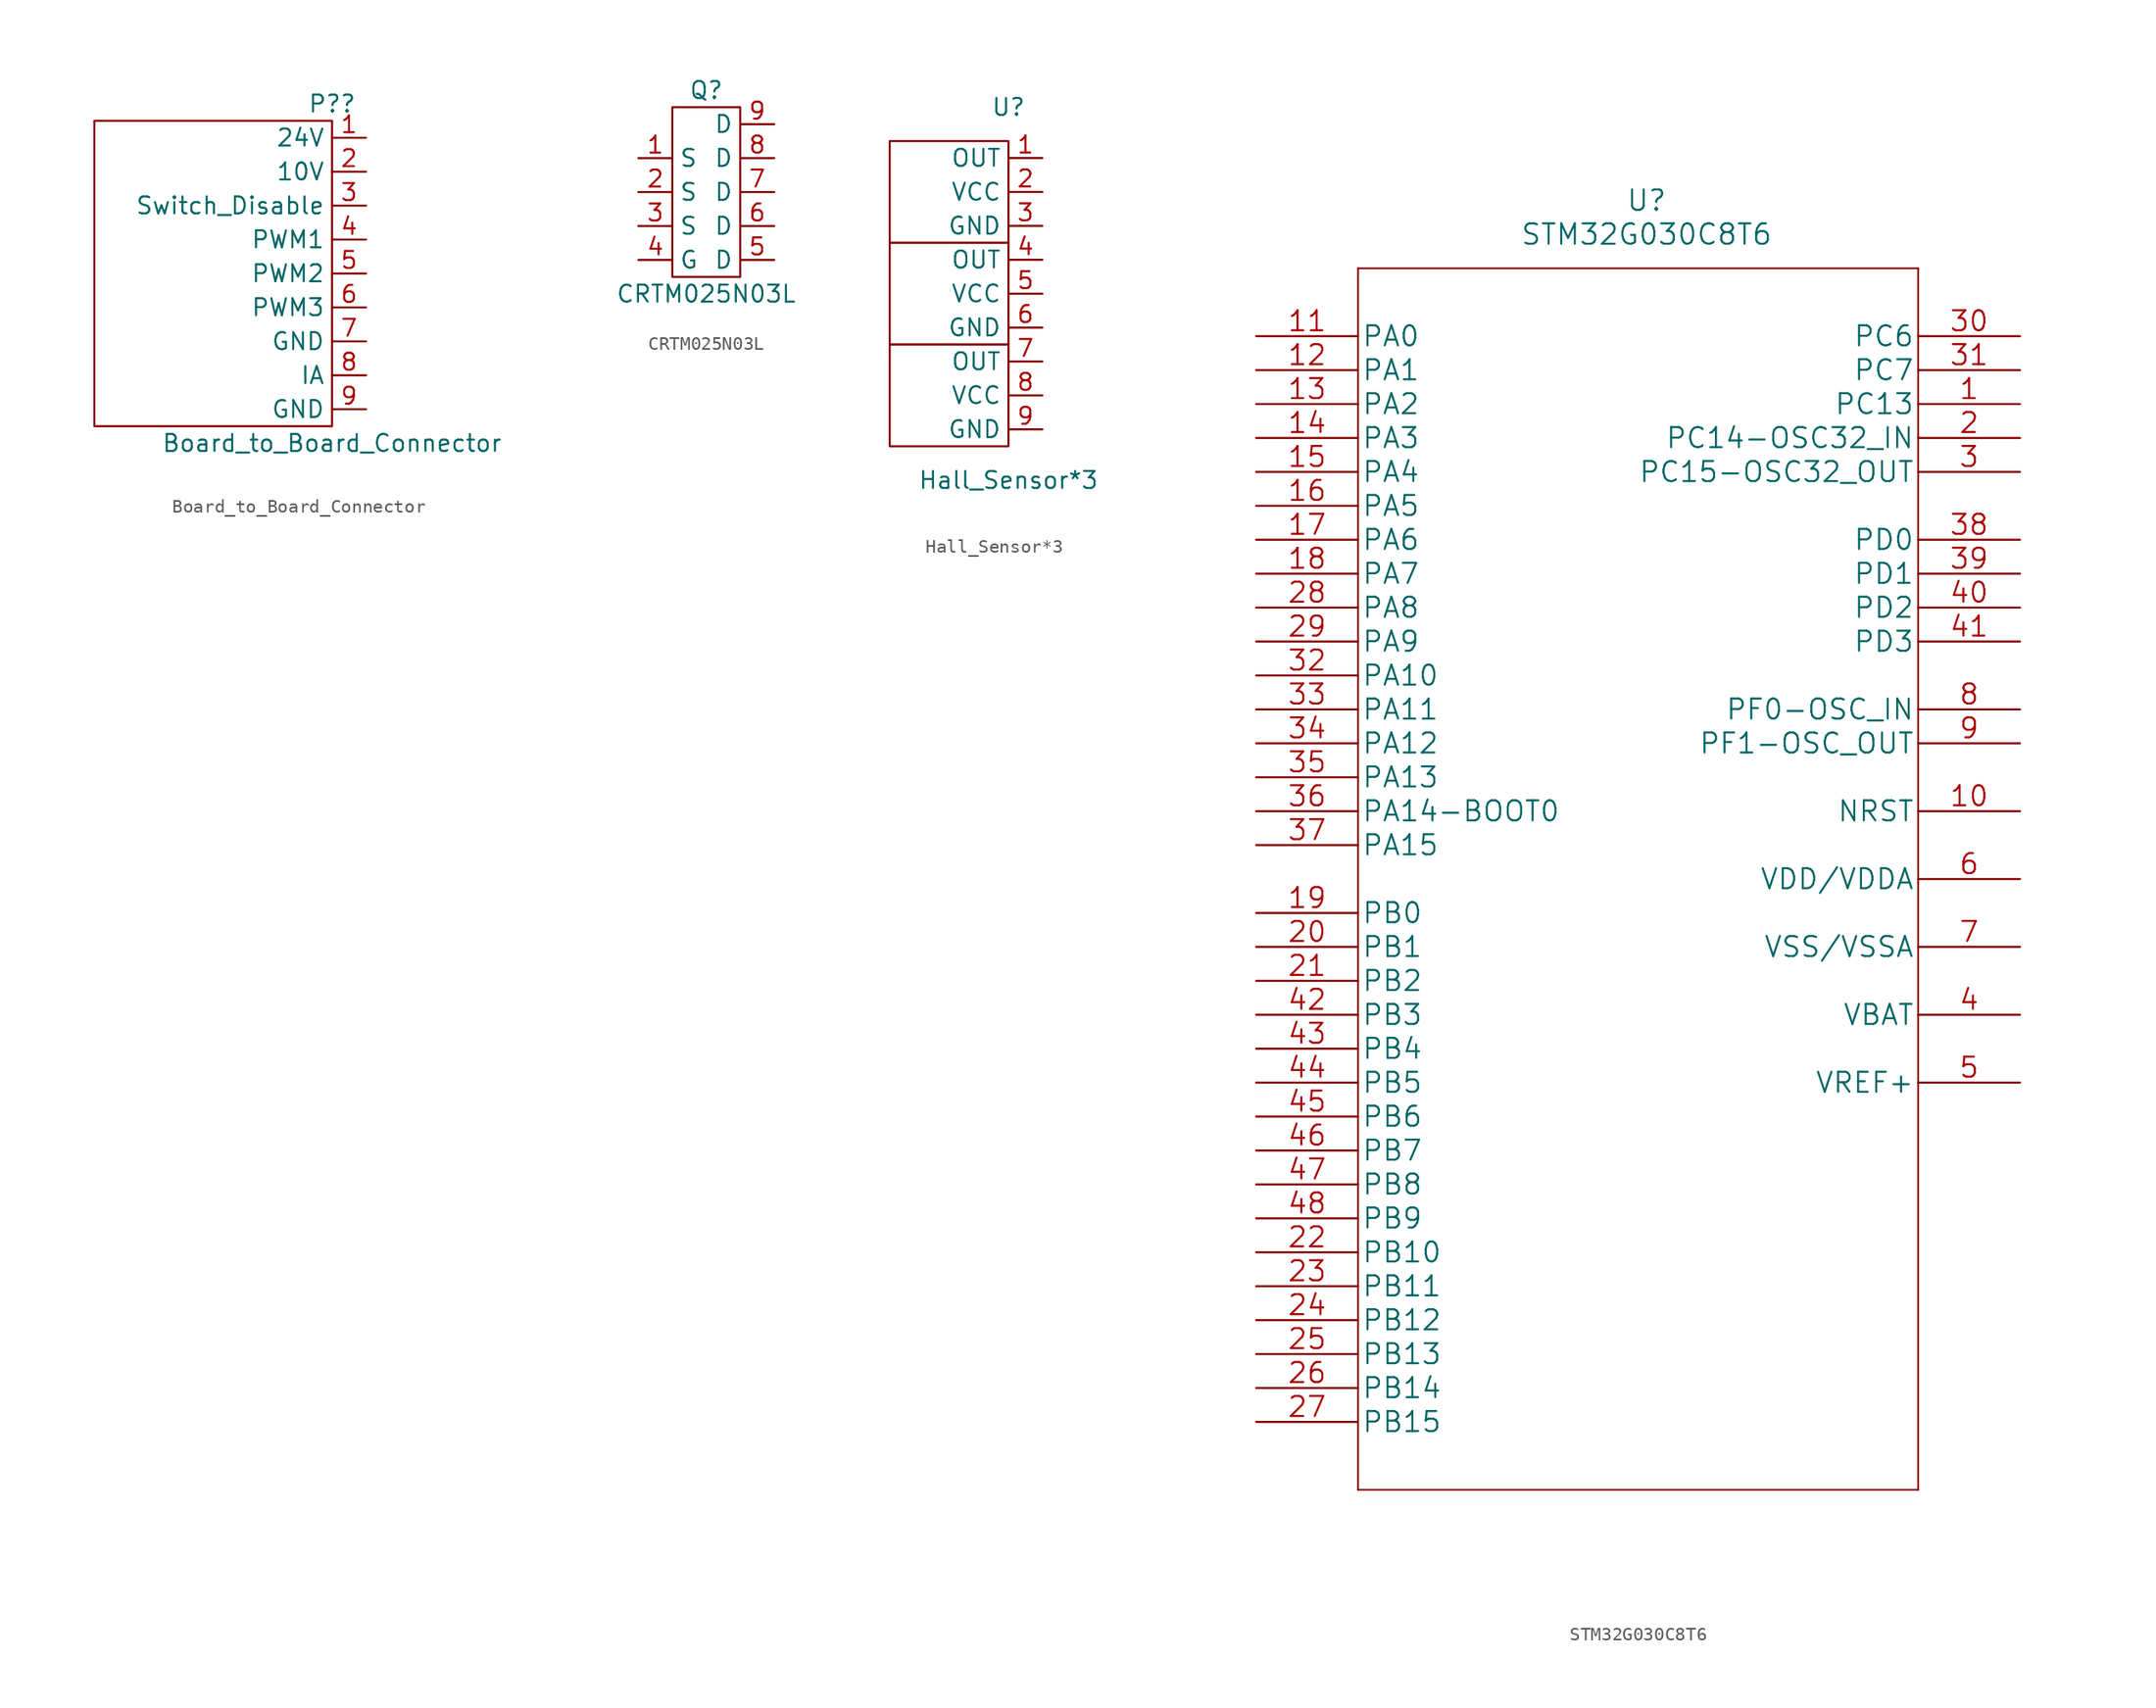
<source format=kicad_sym>
(kicad_symbol_lib
  (version 20211014)
  (generator kicad_symbol_editor)
  (symbol "Board_to_Board_Connector"
    (property "Reference" "P?"
      (at 0 8.89 0)
      (effects (font (size 1.27 1.27))))
    (property "Value" "Board_to_Board_Connector"
      (at 0 -16.51 0)
      (effects (font (size 1.27 1.27))))
    (symbol "Board_to_Board_Connector_0_1"
      (rectangle (start -17.78 7.62) (end 0 -15.24) (stroke (width 0) (type default) (color 0 0 0 0)) (fill (type none))))
    (symbol "Board_to_Board_Connector_1_1"
      (pin passive line (at 2.54 6.35 180) (length 2.54) (name "24V" (effects (font (size 1.27 1.27)))) (number "1" (effects (font (size 1.27 1.27)))))
      (pin passive line (at 2.54 3.81 180) (length 2.54) (name "10V" (effects (font (size 1.27 1.27)))) (number "2" (effects (font (size 1.27 1.27)))))
      (pin passive line (at 2.54 1.27 180) (length 2.54) (name "Switch_Disable" (effects (font (size 1.27 1.27)))) (number "3" (effects (font (size 1.27 1.27)))))
      (pin passive line (at 2.54 -1.27 180) (length 2.54) (name "PWM1" (effects (font (size 1.27 1.27)))) (number "4" (effects (font (size 1.27 1.27)))))
      (pin passive line (at 2.54 -3.81 180) (length 2.54) (name "PWM2" (effects (font (size 1.27 1.27)))) (number "5" (effects (font (size 1.27 1.27)))))
      (pin passive line (at 2.54 -6.35 180) (length 2.54) (name "PWM3" (effects (font (size 1.27 1.27)))) (number "6" (effects (font (size 1.27 1.27)))))
      (pin passive line (at 2.54 -8.89 180) (length 2.54) (name "GND" (effects (font (size 1.27 1.27)))) (number "7" (effects (font (size 1.27 1.27)))))
      (pin passive line (at 2.54 -11.43 180) (length 2.54) (name "IA" (effects (font (size 1.27 1.27)))) (number "8" (effects (font (size 1.27 1.27)))))
      (pin passive line (at 2.54 -13.97 180) (length 2.54) (name "GND" (effects (font (size 1.27 1.27)))) (number "9" (effects (font (size 1.27 1.27)))))))
  (symbol "CRTM025N03L"
    (property "Reference" "Q"
      (at 0 7.62 0)
      (effects (font (size 1.27 1.27))))
    (property "Value" "CRTM025N03L"
      (at 0 -7.62 0)
      (effects (font (size 1.27 1.27))))
    (symbol "CRTM025N03L_0_1"
      (rectangle (start -2.54 6.35) (end 2.54 -6.35) (stroke (width 0) (type default) (color 0 0 0 0)) (fill (type none))))
    (symbol "CRTM025N03L_1_1"
      (pin passive line (at -5.08 2.54 0) (length 2.54) (name "S" (effects (font (size 1.27 1.27)))) (number "1" (effects (font (size 1.27 1.27)))))
      (pin passive line (at -5.08 0 0) (length 2.54) (name "S" (effects (font (size 1.27 1.27)))) (number "2" (effects (font (size 1.27 1.27)))))
      (pin passive line (at -5.08 -2.54 0) (length 2.54) (name "S" (effects (font (size 1.27 1.27)))) (number "3" (effects (font (size 1.27 1.27)))))
      (pin passive line (at -5.08 -5.08 0) (length 2.54) (name "G" (effects (font (size 1.27 1.27)))) (number "4" (effects (font (size 1.27 1.27)))))
      (pin passive line (at 5.08 -5.08 180) (length 2.54) (name "D" (effects (font (size 1.27 1.27)))) (number "5" (effects (font (size 1.27 1.27)))))
      (pin passive line (at 5.08 -2.54 180) (length 2.54) (name "D" (effects (font (size 1.27 1.27)))) (number "6" (effects (font (size 1.27 1.27)))))
      (pin passive line (at 5.08 0 180) (length 2.54) (name "D" (effects (font (size 1.27 1.27)))) (number "7" (effects (font (size 1.27 1.27)))))
      (pin passive line (at 5.08 2.54 180) (length 2.54) (name "D" (effects (font (size 1.27 1.27)))) (number "8" (effects (font (size 1.27 1.27)))))
      (pin passive line (at 5.08 5.08 180) (length 2.54) (name "D" (effects (font (size 1.27 1.27)))) (number "9" (effects (font (size 1.27 1.27)))))))
  (symbol "Hall_Sensor*3"
    (property "Reference" "U"
      (at 0 15.24 0)
      (effects (font (size 1.27 1.27))))
    (property "Value" "Hall_Sensor*3"
      (at 0 -12.7 0)
      (effects (font (size 1.27 1.27))))
    (symbol "Hall_Sensor*3_0_1"
      (rectangle (start -8.89 -2.54) (end 0 -10.16) (stroke (width 0) (type default) (color 0 0 0 0)) (fill (type none)))
      (rectangle (start -8.89 5.08) (end 0 -2.54) (stroke (width 0) (type default) (color 0 0 0 0)) (fill (type none)))
      (rectangle (start -8.89 12.7) (end 0 5.08) (stroke (width 0) (type default) (color 0 0 0 0)) (fill (type none))))
    (symbol "Hall_Sensor*3_1_1"
      (pin passive line (at 2.54 11.43 180) (length 2.54) (name "OUT" (effects (font (size 1.27 1.27)))) (number "1" (effects (font (size 1.27 1.27)))))
      (pin passive line (at 2.54 8.89 180) (length 2.54) (name "VCC" (effects (font (size 1.27 1.27)))) (number "2" (effects (font (size 1.27 1.27)))))
      (pin passive line (at 2.54 6.35 180) (length 2.54) (name "GND" (effects (font (size 1.27 1.27)))) (number "3" (effects (font (size 1.27 1.27)))))
      (pin passive line (at 2.54 3.81 180) (length 2.54) (name "OUT" (effects (font (size 1.27 1.27)))) (number "4" (effects (font (size 1.27 1.27)))))
      (pin passive line (at 2.54 1.27 180) (length 2.54) (name "VCC" (effects (font (size 1.27 1.27)))) (number "5" (effects (font (size 1.27 1.27)))))
      (pin passive line (at 2.54 -1.27 180) (length 2.54) (name "GND" (effects (font (size 1.27 1.27)))) (number "6" (effects (font (size 1.27 1.27)))))
      (pin passive line (at 2.54 -3.81 180) (length 2.54) (name "OUT" (effects (font (size 1.27 1.27)))) (number "7" (effects (font (size 1.27 1.27)))))
      (pin passive line (at 2.54 -6.35 180) (length 2.54) (name "VCC" (effects (font (size 1.27 1.27)))) (number "8" (effects (font (size 1.27 1.27)))))
      (pin passive line (at 2.54 -8.89 180) (length 2.54) (name "GND" (effects (font (size 1.27 1.27)))) (number "9" (effects (font (size 1.27 1.27)))))))
  (symbol "STM32G030C8T6"
    (pin_names
      (offset 0.254))
    (property "Reference" "U"
      (at 29.21 10.16 0)
      (effects (font (size 1.524 1.524))))
    (property "Value" "STM32G030C8T6"
      (at 29.21 7.62 0)
      (effects (font (size 1.524 1.524))))
    (property "Datasheet" ""
      (at 0 0 0)
      (effects (font (size 1.524 1.524))))
    (property "ki_locked" ""
      (at 0 0 0)
      (effects (font (size 1.27 1.27))))
    (symbol "STM32G030C8T6_1_1"
      (polyline (pts (xy 7.62 -86.36) (xy 49.53 -86.36)) (stroke (width 0.127) (type default) (color 0 0 0 0)) (fill (type none)))
      (polyline (pts (xy 7.62 5.08) (xy 7.62 -86.36)) (stroke (width 0.127) (type default) (color 0 0 0 0)) (fill (type none)))
      (polyline (pts (xy 49.53 -86.36) (xy 49.53 5.08)) (stroke (width 0.127) (type default) (color 0 0 0 0)) (fill (type none)))
      (polyline (pts (xy 49.53 5.08) (xy 7.62 5.08)) (stroke (width 0.127) (type default) (color 0 0 0 0)) (fill (type none)))
      (pin bidirectional line (at 57.15 -5.08 180) (length 7.62) (name "PC13" (effects (font (size 1.499 1.499)))) (number "1" (effects (font (size 1.499 1.499)))))
      (pin bidirectional line (at 57.15 -35.56 180) (length 7.62) (name "NRST" (effects (font (size 1.499 1.499)))) (number "10" (effects (font (size 1.499 1.499)))))
      (pin bidirectional line (at 0 0 0) (length 7.62) (name "PA0" (effects (font (size 1.499 1.499)))) (number "11" (effects (font (size 1.499 1.499)))))
      (pin bidirectional line (at 0 -2.54 0) (length 7.62) (name "PA1" (effects (font (size 1.499 1.499)))) (number "12" (effects (font (size 1.499 1.499)))))
      (pin bidirectional line (at 0 -5.08 0) (length 7.62) (name "PA2" (effects (font (size 1.499 1.499)))) (number "13" (effects (font (size 1.499 1.499)))))
      (pin bidirectional line (at 0 -7.62 0) (length 7.62) (name "PA3" (effects (font (size 1.499 1.499)))) (number "14" (effects (font (size 1.499 1.499)))))
      (pin bidirectional line (at 0 -10.16 0) (length 7.62) (name "PA4" (effects (font (size 1.499 1.499)))) (number "15" (effects (font (size 1.499 1.499)))))
      (pin bidirectional line (at 0 -12.7 0) (length 7.62) (name "PA5" (effects (font (size 1.499 1.499)))) (number "16" (effects (font (size 1.499 1.499)))))
      (pin bidirectional line (at 0 -15.24 0) (length 7.62) (name "PA6" (effects (font (size 1.499 1.499)))) (number "17" (effects (font (size 1.499 1.499)))))
      (pin bidirectional line (at 0 -17.78 0) (length 7.62) (name "PA7" (effects (font (size 1.499 1.499)))) (number "18" (effects (font (size 1.499 1.499)))))
      (pin bidirectional line (at 0 -43.18 0) (length 7.62) (name "PB0" (effects (font (size 1.499 1.499)))) (number "19" (effects (font (size 1.499 1.499)))))
      (pin bidirectional line (at 57.15 -7.62 180) (length 7.62) (name "PC14-OSC32_IN" (effects (font (size 1.499 1.499)))) (number "2" (effects (font (size 1.499 1.499)))))
      (pin bidirectional line (at 0 -45.72 0) (length 7.62) (name "PB1" (effects (font (size 1.499 1.499)))) (number "20" (effects (font (size 1.499 1.499)))))
      (pin bidirectional line (at 0 -48.26 0) (length 7.62) (name "PB2" (effects (font (size 1.499 1.499)))) (number "21" (effects (font (size 1.499 1.499)))))
      (pin bidirectional line (at 0 -68.58 0) (length 7.62) (name "PB10" (effects (font (size 1.499 1.499)))) (number "22" (effects (font (size 1.499 1.499)))))
      (pin bidirectional line (at 0 -71.12 0) (length 7.62) (name "PB11" (effects (font (size 1.499 1.499)))) (number "23" (effects (font (size 1.499 1.499)))))
      (pin bidirectional line (at 0 -73.66 0) (length 7.62) (name "PB12" (effects (font (size 1.499 1.499)))) (number "24" (effects (font (size 1.499 1.499)))))
      (pin bidirectional line (at 0 -76.2 0) (length 7.62) (name "PB13" (effects (font (size 1.499 1.499)))) (number "25" (effects (font (size 1.499 1.499)))))
      (pin bidirectional line (at 0 -78.74 0) (length 7.62) (name "PB14" (effects (font (size 1.499 1.499)))) (number "26" (effects (font (size 1.499 1.499)))))
      (pin bidirectional line (at 0 -81.28 0) (length 7.62) (name "PB15" (effects (font (size 1.499 1.499)))) (number "27" (effects (font (size 1.499 1.499)))))
      (pin bidirectional line (at 0 -20.32 0) (length 7.62) (name "PA8" (effects (font (size 1.499 1.499)))) (number "28" (effects (font (size 1.499 1.499)))))
      (pin bidirectional line (at 0 -22.86 0) (length 7.62) (name "PA9" (effects (font (size 1.499 1.499)))) (number "29" (effects (font (size 1.499 1.499)))))
      (pin bidirectional line (at 57.15 -10.16 180) (length 7.62) (name "PC15-OSC32_OUT" (effects (font (size 1.499 1.499)))) (number "3" (effects (font (size 1.499 1.499)))))
      (pin bidirectional line (at 57.15 0 180) (length 7.62) (name "PC6" (effects (font (size 1.499 1.499)))) (number "30" (effects (font (size 1.499 1.499)))))
      (pin bidirectional line (at 57.15 -2.54 180) (length 7.62) (name "PC7" (effects (font (size 1.499 1.499)))) (number "31" (effects (font (size 1.499 1.499)))))
      (pin bidirectional line (at 0 -25.4 0) (length 7.62) (name "PA10" (effects (font (size 1.499 1.499)))) (number "32" (effects (font (size 1.499 1.499)))))
      (pin bidirectional line (at 0 -27.94 0) (length 7.62) (name "PA11" (effects (font (size 1.499 1.499)))) (number "33" (effects (font (size 1.499 1.499)))))
      (pin bidirectional line (at 0 -30.48 0) (length 7.62) (name "PA12" (effects (font (size 1.499 1.499)))) (number "34" (effects (font (size 1.499 1.499)))))
      (pin bidirectional line (at 0 -33.02 0) (length 7.62) (name "PA13" (effects (font (size 1.499 1.499)))) (number "35" (effects (font (size 1.499 1.499)))))
      (pin bidirectional line (at 0 -35.56 0) (length 7.62) (name "PA14-BOOT0" (effects (font (size 1.499 1.499)))) (number "36" (effects (font (size 1.499 1.499)))))
      (pin bidirectional line (at 0 -38.1 0) (length 7.62) (name "PA15" (effects (font (size 1.499 1.499)))) (number "37" (effects (font (size 1.499 1.499)))))
      (pin bidirectional line (at 57.15 -15.24 180) (length 7.62) (name "PD0" (effects (font (size 1.499 1.499)))) (number "38" (effects (font (size 1.499 1.499)))))
      (pin bidirectional line (at 57.15 -17.78 180) (length 7.62) (name "PD1" (effects (font (size 1.499 1.499)))) (number "39" (effects (font (size 1.499 1.499)))))
      (pin power_in line (at 57.15 -50.8 180) (length 7.62) (name "VBAT" (effects (font (size 1.499 1.499)))) (number "4" (effects (font (size 1.499 1.499)))))
      (pin bidirectional line (at 57.15 -20.32 180) (length 7.62) (name "PD2" (effects (font (size 1.499 1.499)))) (number "40" (effects (font (size 1.499 1.499)))))
      (pin bidirectional line (at 57.15 -22.86 180) (length 7.62) (name "PD3" (effects (font (size 1.499 1.499)))) (number "41" (effects (font (size 1.499 1.499)))))
      (pin bidirectional line (at 0 -50.8 0) (length 7.62) (name "PB3" (effects (font (size 1.499 1.499)))) (number "42" (effects (font (size 1.499 1.499)))))
      (pin bidirectional line (at 0 -53.34 0) (length 7.62) (name "PB4" (effects (font (size 1.499 1.499)))) (number "43" (effects (font (size 1.499 1.499)))))
      (pin bidirectional line (at 0 -55.88 0) (length 7.62) (name "PB5" (effects (font (size 1.499 1.499)))) (number "44" (effects (font (size 1.499 1.499)))))
      (pin bidirectional line (at 0 -58.42 0) (length 7.62) (name "PB6" (effects (font (size 1.499 1.499)))) (number "45" (effects (font (size 1.499 1.499)))))
      (pin bidirectional line (at 0 -60.96 0) (length 7.62) (name "PB7" (effects (font (size 1.499 1.499)))) (number "46" (effects (font (size 1.499 1.499)))))
      (pin bidirectional line (at 0 -63.5 0) (length 7.62) (name "PB8" (effects (font (size 1.499 1.499)))) (number "47" (effects (font (size 1.499 1.499)))))
      (pin bidirectional line (at 0 -66.04 0) (length 7.62) (name "PB9" (effects (font (size 1.499 1.499)))) (number "48" (effects (font (size 1.499 1.499)))))
      (pin power_in line (at 57.15 -55.88 180) (length 7.62) (name "VREF+" (effects (font (size 1.499 1.499)))) (number "5" (effects (font (size 1.499 1.499)))))
      (pin power_in line (at 57.15 -40.64 180) (length 7.62) (name "VDD/VDDA" (effects (font (size 1.499 1.499)))) (number "6" (effects (font (size 1.499 1.499)))))
      (pin power_in line (at 57.15 -45.72 180) (length 7.62) (name "VSS/VSSA" (effects (font (size 1.499 1.499)))) (number "7" (effects (font (size 1.499 1.499)))))
      (pin bidirectional line (at 57.15 -27.94 180) (length 7.62) (name "PF0-OSC_IN" (effects (font (size 1.499 1.499)))) (number "8" (effects (font (size 1.499 1.499)))))
      (pin bidirectional line (at 57.15 -30.48 180) (length 7.62) (name "PF1-OSC_OUT" (effects (font (size 1.499 1.499)))) (number "9" (effects (font (size 1.499 1.499))))))))
</source>
